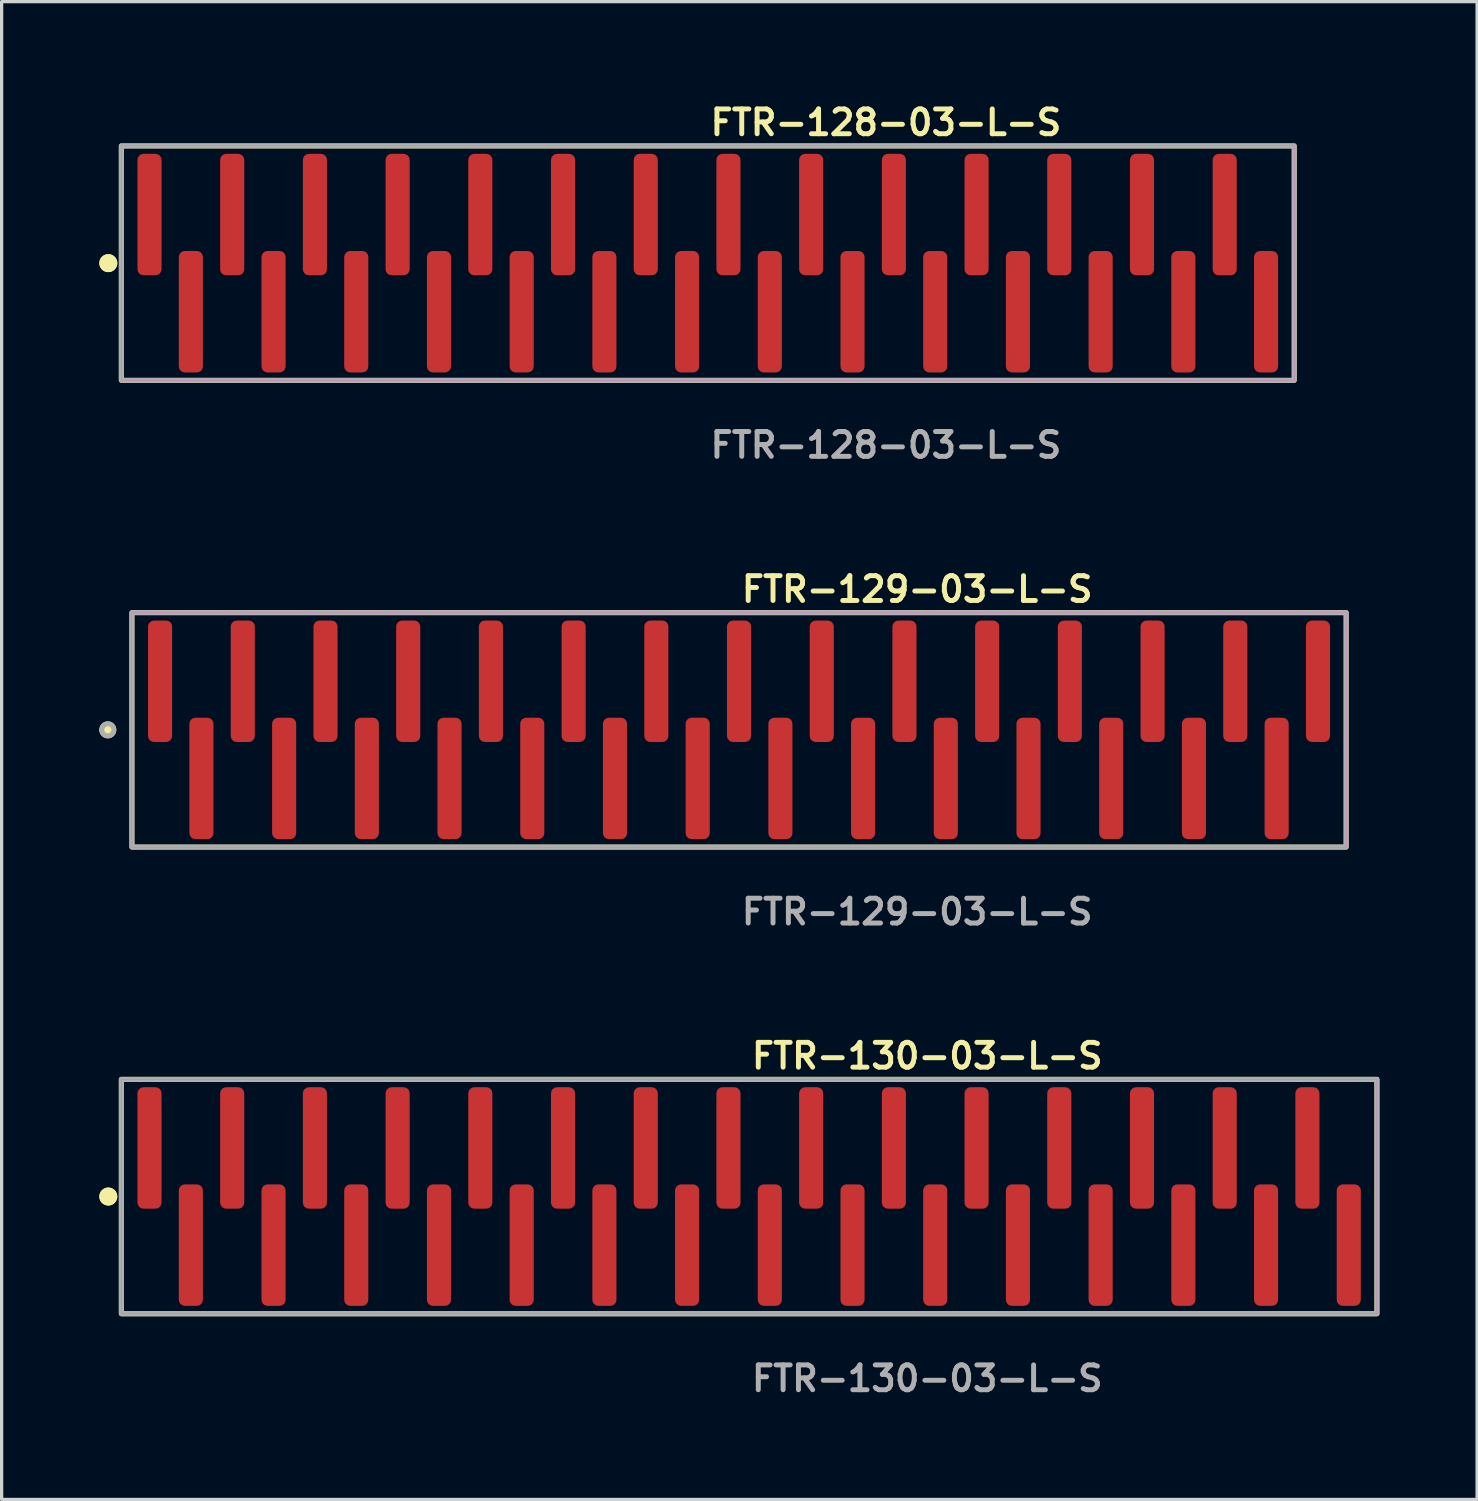
<source format=kicad_pcb>
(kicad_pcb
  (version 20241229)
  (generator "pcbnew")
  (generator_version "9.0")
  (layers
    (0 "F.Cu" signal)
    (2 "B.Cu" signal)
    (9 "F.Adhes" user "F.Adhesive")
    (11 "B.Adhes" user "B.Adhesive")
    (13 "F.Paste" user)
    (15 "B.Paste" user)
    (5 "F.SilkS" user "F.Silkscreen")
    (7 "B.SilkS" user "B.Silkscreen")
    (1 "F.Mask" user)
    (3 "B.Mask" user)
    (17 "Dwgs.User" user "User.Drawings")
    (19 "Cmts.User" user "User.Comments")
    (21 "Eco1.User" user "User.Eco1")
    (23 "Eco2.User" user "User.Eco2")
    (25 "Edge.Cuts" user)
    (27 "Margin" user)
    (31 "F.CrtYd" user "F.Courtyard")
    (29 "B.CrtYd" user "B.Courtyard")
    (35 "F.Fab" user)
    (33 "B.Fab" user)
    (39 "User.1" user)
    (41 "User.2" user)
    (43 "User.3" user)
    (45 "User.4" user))
  (footprint "FTR-128-03-L-S"
    (layer "F.Cu")
    (at 18.686 5.031)
    (property "Reference" "FTR-128-03-L-S" (at 0 -4.318 0) (unlocked yes) (layer "F.SilkS") (effects (font (size 0.762 0.762) (thickness 0.152)) (justify left)))
    (fp_rect (start -18.01 3.6) (end 18.01 -3.6) (stroke (width 0.152) (type solid)) (fill no) (layer "F.SilkS"))
    (fp_circle (center -18.41 0) (end -18.61 0) (stroke (width 0.152) (type solid)) (fill yes) (layer "F.SilkS"))
    (fp_circle (center -18.41 0) (end -18.61 0) (stroke (width 0.152) (type solid)) (fill yes) (layer "F.SilkS"))
    (fp_rect (start -18.01 3.6) (end 18.01 -3.6) (stroke (width 0.006) (type solid)) (fill no) (layer "F.CrtYd"))
    (fp_rect (start -18.01 3.6) (end 18.01 -3.6) (stroke (width 0.152) (type solid)) (fill no) (layer "F.Fab"))
    (fp_text user "${REFERENCE}" (at 0 5.588 0) (unlocked yes) (layer "F.Fab") (effects (font (size 0.762 0.762) (thickness 0.152)) (justify left)))
    (pad "1" smd roundrect (at -17.145 -1.492) (size 0.74 3.73) (layers "F.Cu" "F.Paste") (roundrect_rratio 0.25))
    (pad "2" smd roundrect (at -15.875 1.492) (size 0.74 3.73) (layers "F.Cu" "F.Paste") (roundrect_rratio 0.25))
    (pad "3" smd roundrect (at -14.605 -1.492) (size 0.74 3.73) (layers "F.Cu" "F.Paste") (roundrect_rratio 0.25))
    (pad "4" smd roundrect (at -13.335 1.492) (size 0.74 3.73) (layers "F.Cu" "F.Paste") (roundrect_rratio 0.25))
    (pad "5" smd roundrect (at -12.065 -1.492) (size 0.74 3.73) (layers "F.Cu" "F.Paste") (roundrect_rratio 0.25))
    (pad "6" smd roundrect (at -10.795 1.492) (size 0.74 3.73) (layers "F.Cu" "F.Paste") (roundrect_rratio 0.25))
    (pad "7" smd roundrect (at -9.525 -1.492) (size 0.74 3.73) (layers "F.Cu" "F.Paste") (roundrect_rratio 0.25))
    (pad "8" smd roundrect (at -8.255 1.492) (size 0.74 3.73) (layers "F.Cu" "F.Paste") (roundrect_rratio 0.25))
    (pad "9" smd roundrect (at -6.985 -1.492) (size 0.74 3.73) (layers "F.Cu" "F.Paste") (roundrect_rratio 0.25))
    (pad "10" smd roundrect (at -5.715 1.492) (size 0.74 3.73) (layers "F.Cu" "F.Paste") (roundrect_rratio 0.25))
    (pad "11" smd roundrect (at -4.445 -1.492) (size 0.74 3.73) (layers "F.Cu" "F.Paste") (roundrect_rratio 0.25))
    (pad "12" smd roundrect (at -3.175 1.492) (size 0.74 3.73) (layers "F.Cu" "F.Paste") (roundrect_rratio 0.25))
    (pad "13" smd roundrect (at -1.905 -1.492) (size 0.74 3.73) (layers "F.Cu" "F.Paste") (roundrect_rratio 0.25))
    (pad "14" smd roundrect (at -0.635 1.492) (size 0.74 3.73) (layers "F.Cu" "F.Paste") (roundrect_rratio 0.25))
    (pad "15" smd roundrect (at 0.635 -1.492) (size 0.74 3.73) (layers "F.Cu" "F.Paste") (roundrect_rratio 0.25))
    (pad "16" smd roundrect (at 1.905 1.492) (size 0.74 3.73) (layers "F.Cu" "F.Paste") (roundrect_rratio 0.25))
    (pad "17" smd roundrect (at 3.175 -1.492) (size 0.74 3.73) (layers "F.Cu" "F.Paste") (roundrect_rratio 0.25))
    (pad "18" smd roundrect (at 4.445 1.492) (size 0.74 3.73) (layers "F.Cu" "F.Paste") (roundrect_rratio 0.25))
    (pad "19" smd roundrect (at 5.715 -1.492) (size 0.74 3.73) (layers "F.Cu" "F.Paste") (roundrect_rratio 0.25))
    (pad "20" smd roundrect (at 6.985 1.492) (size 0.74 3.73) (layers "F.Cu" "F.Paste") (roundrect_rratio 0.25))
    (pad "21" smd roundrect (at 8.255 -1.492) (size 0.74 3.73) (layers "F.Cu" "F.Paste") (roundrect_rratio 0.25))
    (pad "22" smd roundrect (at 9.525 1.492) (size 0.74 3.73) (layers "F.Cu" "F.Paste") (roundrect_rratio 0.25))
    (pad "23" smd roundrect (at 10.795 -1.492) (size 0.74 3.73) (layers "F.Cu" "F.Paste") (roundrect_rratio 0.25))
    (pad "24" smd roundrect (at 12.065 1.492) (size 0.74 3.73) (layers "F.Cu" "F.Paste") (roundrect_rratio 0.25))
    (pad "25" smd roundrect (at 13.335 -1.492) (size 0.74 3.73) (layers "F.Cu" "F.Paste") (roundrect_rratio 0.25))
    (pad "26" smd roundrect (at 14.605 1.492) (size 0.74 3.73) (layers "F.Cu" "F.Paste") (roundrect_rratio 0.25))
    (pad "27" smd roundrect (at 15.875 -1.492) (size 0.74 3.73) (layers "F.Cu" "F.Paste") (roundrect_rratio 0.25))
    (pad "28" smd roundrect (at 17.145 1.492) (size 0.74 3.73) (layers "F.Cu" "F.Paste") (roundrect_rratio 0.25)))
  (footprint "FTR-129-03-L-S"
    (layer "F.Cu")
    (at 19.646 19.364)
    (property "Reference" "FTR-129-03-L-S" (at 0 -4.318 0) (unlocked yes) (layer "F.SilkS") (effects (font (size 0.762 0.762) (thickness 0.152)) (justify left)))
    (fp_rect (start -18.645 3.6) (end 18.645 -3.6) (stroke (width 0.152) (type solid)) (fill no) (layer "F.SilkS"))
    (fp_circle (center -19.385 0) (end -19.57 0) (stroke (width 0.152) (type solid)) (fill yes) (layer "F.SilkS"))
    (fp_rect (start -18.645 3.6) (end 18.645 -3.6) (stroke (width 0.006) (type solid)) (fill no) (layer "F.CrtYd"))
    (fp_rect (start -18.645 3.6) (end 18.645 -3.6) (stroke (width 0.152) (type solid)) (fill no) (layer "F.Fab"))
    (fp_circle (center -19.385 0) (end -19.57 0) (stroke (width 0.152) (type solid)) (fill no) (layer "F.Fab"))
    (fp_text user "${REFERENCE}" (at 0 5.588 0) (unlocked yes) (layer "F.Fab") (effects (font (size 0.762 0.762) (thickness 0.152)) (justify left)))
    (pad "1" smd roundrect (at -17.78 -1.492) (size 0.74 3.73) (layers "F.Cu" "F.Paste") (roundrect_rratio 0.25))
    (pad "2" smd roundrect (at -16.51 1.492) (size 0.74 3.73) (layers "F.Cu" "F.Paste") (roundrect_rratio 0.25))
    (pad "3" smd roundrect (at -15.24 -1.492) (size 0.74 3.73) (layers "F.Cu" "F.Paste") (roundrect_rratio 0.25))
    (pad "4" smd roundrect (at -13.97 1.492) (size 0.74 3.73) (layers "F.Cu" "F.Paste") (roundrect_rratio 0.25))
    (pad "5" smd roundrect (at -12.7 -1.492) (size 0.74 3.73) (layers "F.Cu" "F.Paste") (roundrect_rratio 0.25))
    (pad "6" smd roundrect (at -11.43 1.492) (size 0.74 3.73) (layers "F.Cu" "F.Paste") (roundrect_rratio 0.25))
    (pad "7" smd roundrect (at -10.16 -1.492) (size 0.74 3.73) (layers "F.Cu" "F.Paste") (roundrect_rratio 0.25))
    (pad "8" smd roundrect (at -8.89 1.492) (size 0.74 3.73) (layers "F.Cu" "F.Paste") (roundrect_rratio 0.25))
    (pad "9" smd roundrect (at -7.62 -1.492) (size 0.74 3.73) (layers "F.Cu" "F.Paste") (roundrect_rratio 0.25))
    (pad "10" smd roundrect (at -6.35 1.492) (size 0.74 3.73) (layers "F.Cu" "F.Paste") (roundrect_rratio 0.25))
    (pad "11" smd roundrect (at -5.08 -1.492) (size 0.74 3.73) (layers "F.Cu" "F.Paste") (roundrect_rratio 0.25))
    (pad "12" smd roundrect (at -3.81 1.492) (size 0.74 3.73) (layers "F.Cu" "F.Paste") (roundrect_rratio 0.25))
    (pad "13" smd roundrect (at -2.54 -1.492) (size 0.74 3.73) (layers "F.Cu" "F.Paste") (roundrect_rratio 0.25))
    (pad "14" smd roundrect (at -1.27 1.492) (size 0.74 3.73) (layers "F.Cu" "F.Paste") (roundrect_rratio 0.25))
    (pad "15" smd roundrect (at 0 -1.492) (size 0.74 3.73) (layers "F.Cu" "F.Paste") (roundrect_rratio 0.25))
    (pad "16" smd roundrect (at 1.27 1.492) (size 0.74 3.73) (layers "F.Cu" "F.Paste") (roundrect_rratio 0.25))
    (pad "17" smd roundrect (at 2.54 -1.492) (size 0.74 3.73) (layers "F.Cu" "F.Paste") (roundrect_rratio 0.25))
    (pad "18" smd roundrect (at 3.81 1.492) (size 0.74 3.73) (layers "F.Cu" "F.Paste") (roundrect_rratio 0.25))
    (pad "19" smd roundrect (at 5.08 -1.492) (size 0.74 3.73) (layers "F.Cu" "F.Paste") (roundrect_rratio 0.25))
    (pad "20" smd roundrect (at 6.35 1.492) (size 0.74 3.73) (layers "F.Cu" "F.Paste") (roundrect_rratio 0.25))
    (pad "21" smd roundrect (at 7.62 -1.492) (size 0.74 3.73) (layers "F.Cu" "F.Paste") (roundrect_rratio 0.25))
    (pad "22" smd roundrect (at 8.89 1.492) (size 0.74 3.73) (layers "F.Cu" "F.Paste") (roundrect_rratio 0.25))
    (pad "23" smd roundrect (at 10.16 -1.492) (size 0.74 3.73) (layers "F.Cu" "F.Paste") (roundrect_rratio 0.25))
    (pad "24" smd roundrect (at 11.43 1.492) (size 0.74 3.73) (layers "F.Cu" "F.Paste") (roundrect_rratio 0.25))
    (pad "25" smd roundrect (at 12.7 -1.492) (size 0.74 3.73) (layers "F.Cu" "F.Paste") (roundrect_rratio 0.25))
    (pad "26" smd roundrect (at 13.97 1.492) (size 0.74 3.73) (layers "F.Cu" "F.Paste") (roundrect_rratio 0.25))
    (pad "27" smd roundrect (at 15.24 -1.492) (size 0.74 3.73) (layers "F.Cu" "F.Paste") (roundrect_rratio 0.25))
    (pad "28" smd roundrect (at 16.51 1.492) (size 0.74 3.73) (layers "F.Cu" "F.Paste") (roundrect_rratio 0.25))
    (pad "29" smd roundrect (at 17.78 -1.492) (size 0.74 3.73) (layers "F.Cu" "F.Paste") (roundrect_rratio 0.25)))
  (footprint "FTR-130-03-L-S"
    (layer "F.Cu")
    (at 19.956 33.696)
    (property "Reference" "FTR-130-03-L-S" (at 0 -4.318 0) (unlocked yes) (layer "F.SilkS") (effects (font (size 0.762 0.762) (thickness 0.152)) (justify left)))
    (fp_rect (start -19.28 3.6) (end 19.28 -3.6) (stroke (width 0.152) (type solid)) (fill no) (layer "F.SilkS"))
    (fp_circle (center -19.68 0) (end -19.88 0) (stroke (width 0.152) (type solid)) (fill yes) (layer "F.SilkS"))
    (fp_circle (center -19.68 0) (end -19.88 0) (stroke (width 0.152) (type solid)) (fill yes) (layer "F.SilkS"))
    (fp_rect (start -19.28 3.6) (end 19.28 -3.6) (stroke (width 0.006) (type solid)) (fill no) (layer "F.CrtYd"))
    (fp_rect (start -19.28 3.6) (end 19.28 -3.6) (stroke (width 0.152) (type solid)) (fill no) (layer "F.Fab"))
    (fp_text user "${REFERENCE}" (at 0 5.588 0) (unlocked yes) (layer "F.Fab") (effects (font (size 0.762 0.762) (thickness 0.152)) (justify left)))
    (pad "1" smd roundrect (at -18.415 -1.492) (size 0.74 3.73) (layers "F.Cu" "F.Paste") (roundrect_rratio 0.25))
    (pad "2" smd roundrect (at -17.145 1.492) (size 0.74 3.73) (layers "F.Cu" "F.Paste") (roundrect_rratio 0.25))
    (pad "3" smd roundrect (at -15.875 -1.492) (size 0.74 3.73) (layers "F.Cu" "F.Paste") (roundrect_rratio 0.25))
    (pad "4" smd roundrect (at -14.605 1.492) (size 0.74 3.73) (layers "F.Cu" "F.Paste") (roundrect_rratio 0.25))
    (pad "5" smd roundrect (at -13.335 -1.492) (size 0.74 3.73) (layers "F.Cu" "F.Paste") (roundrect_rratio 0.25))
    (pad "6" smd roundrect (at -12.065 1.492) (size 0.74 3.73) (layers "F.Cu" "F.Paste") (roundrect_rratio 0.25))
    (pad "7" smd roundrect (at -10.795 -1.492) (size 0.74 3.73) (layers "F.Cu" "F.Paste") (roundrect_rratio 0.25))
    (pad "8" smd roundrect (at -9.525 1.492) (size 0.74 3.73) (layers "F.Cu" "F.Paste") (roundrect_rratio 0.25))
    (pad "9" smd roundrect (at -8.255 -1.492) (size 0.74 3.73) (layers "F.Cu" "F.Paste") (roundrect_rratio 0.25))
    (pad "10" smd roundrect (at -6.985 1.492) (size 0.74 3.73) (layers "F.Cu" "F.Paste") (roundrect_rratio 0.25))
    (pad "11" smd roundrect (at -5.715 -1.492) (size 0.74 3.73) (layers "F.Cu" "F.Paste") (roundrect_rratio 0.25))
    (pad "12" smd roundrect (at -4.445 1.492) (size 0.74 3.73) (layers "F.Cu" "F.Paste") (roundrect_rratio 0.25))
    (pad "13" smd roundrect (at -3.175 -1.492) (size 0.74 3.73) (layers "F.Cu" "F.Paste") (roundrect_rratio 0.25))
    (pad "14" smd roundrect (at -1.905 1.492) (size 0.74 3.73) (layers "F.Cu" "F.Paste") (roundrect_rratio 0.25))
    (pad "15" smd roundrect (at -0.635 -1.492) (size 0.74 3.73) (layers "F.Cu" "F.Paste") (roundrect_rratio 0.25))
    (pad "16" smd roundrect (at 0.635 1.492) (size 0.74 3.73) (layers "F.Cu" "F.Paste") (roundrect_rratio 0.25))
    (pad "17" smd roundrect (at 1.905 -1.492) (size 0.74 3.73) (layers "F.Cu" "F.Paste") (roundrect_rratio 0.25))
    (pad "18" smd roundrect (at 3.175 1.492) (size 0.74 3.73) (layers "F.Cu" "F.Paste") (roundrect_rratio 0.25))
    (pad "19" smd roundrect (at 4.445 -1.492) (size 0.74 3.73) (layers "F.Cu" "F.Paste") (roundrect_rratio 0.25))
    (pad "20" smd roundrect (at 5.715 1.492) (size 0.74 3.73) (layers "F.Cu" "F.Paste") (roundrect_rratio 0.25))
    (pad "21" smd roundrect (at 6.985 -1.492) (size 0.74 3.73) (layers "F.Cu" "F.Paste") (roundrect_rratio 0.25))
    (pad "22" smd roundrect (at 8.255 1.492) (size 0.74 3.73) (layers "F.Cu" "F.Paste") (roundrect_rratio 0.25))
    (pad "23" smd roundrect (at 9.525 -1.492) (size 0.74 3.73) (layers "F.Cu" "F.Paste") (roundrect_rratio 0.25))
    (pad "24" smd roundrect (at 10.795 1.492) (size 0.74 3.73) (layers "F.Cu" "F.Paste") (roundrect_rratio 0.25))
    (pad "25" smd roundrect (at 12.065 -1.492) (size 0.74 3.73) (layers "F.Cu" "F.Paste") (roundrect_rratio 0.25))
    (pad "26" smd roundrect (at 13.335 1.492) (size 0.74 3.73) (layers "F.Cu" "F.Paste") (roundrect_rratio 0.25))
    (pad "27" smd roundrect (at 14.605 -1.492) (size 0.74 3.73) (layers "F.Cu" "F.Paste") (roundrect_rratio 0.25))
    (pad "28" smd roundrect (at 15.875 1.492) (size 0.74 3.73) (layers "F.Cu" "F.Paste") (roundrect_rratio 0.25))
    (pad "29" smd roundrect (at 17.145 -1.492) (size 0.74 3.73) (layers "F.Cu" "F.Paste") (roundrect_rratio 0.25))
    (pad "30" smd roundrect (at 18.415 1.492) (size 0.74 3.73) (layers "F.Cu" "F.Paste") (roundrect_rratio 0.25)))
  (gr_rect
    (start -3 -3)
    (end 42.312 42.997)
    (stroke (width 0.1) (type default))
    (fill no)
    (layer "Edge.Cuts")))
</source>
